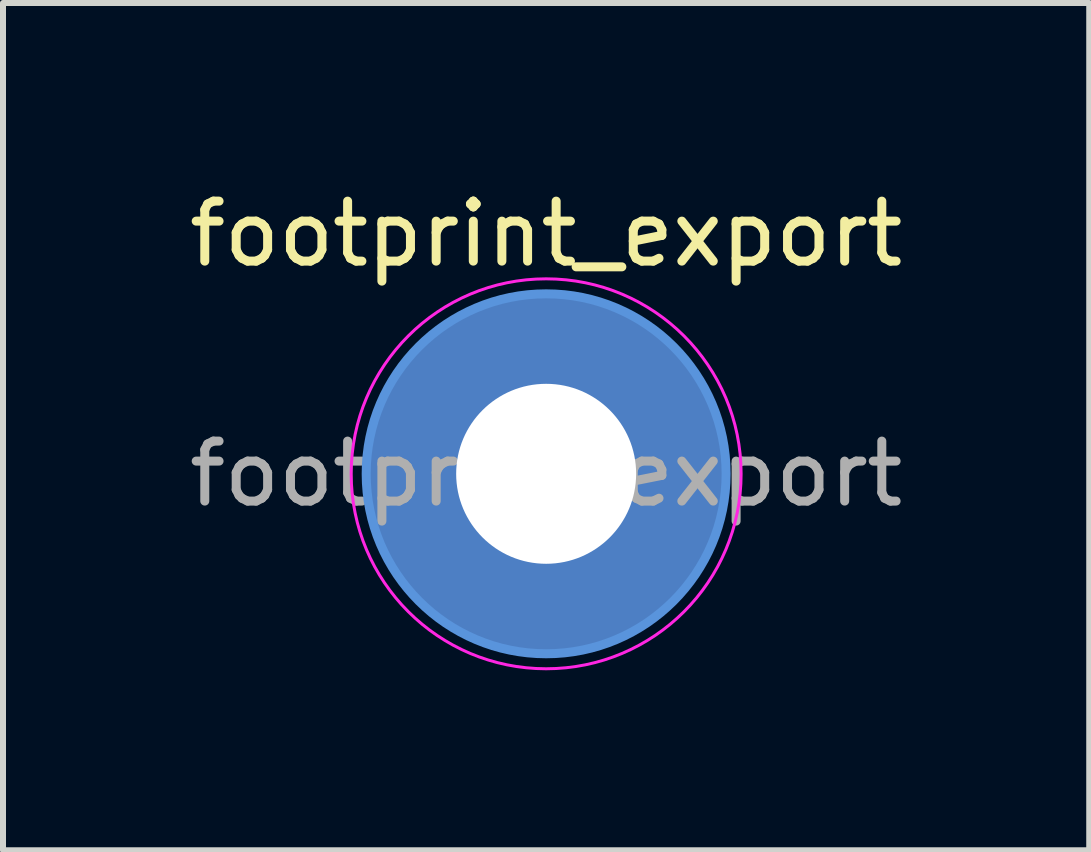
<source format=kicad_pcb>
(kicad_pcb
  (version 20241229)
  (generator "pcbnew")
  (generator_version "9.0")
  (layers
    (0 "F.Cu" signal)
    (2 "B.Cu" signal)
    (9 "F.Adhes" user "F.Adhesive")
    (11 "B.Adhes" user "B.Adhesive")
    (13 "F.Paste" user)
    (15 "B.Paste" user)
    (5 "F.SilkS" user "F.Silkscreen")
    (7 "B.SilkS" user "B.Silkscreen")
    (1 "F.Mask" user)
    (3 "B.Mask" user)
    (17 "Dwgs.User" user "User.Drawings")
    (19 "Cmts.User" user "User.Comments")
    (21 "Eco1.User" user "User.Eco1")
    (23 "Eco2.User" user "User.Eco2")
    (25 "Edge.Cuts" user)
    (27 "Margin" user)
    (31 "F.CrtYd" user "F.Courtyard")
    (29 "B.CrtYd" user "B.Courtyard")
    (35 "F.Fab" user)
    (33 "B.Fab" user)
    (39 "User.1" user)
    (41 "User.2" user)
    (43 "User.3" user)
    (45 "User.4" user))
  (footprint "footprint_export"
    (layer "F.Cu")
    (at 6.054 4.848)
    (property "Reference" "footprint_export" (at 0 -4 0) (layer "F.SilkS") (effects (font (size 1 1) (thickness 0.15))))
    (attr exclude_from_pos_files exclude_from_bom)
    (fp_circle (center 0 0) (end 3 0) (stroke (width 0.15) (type solid)) (fill no) (layer "Cmts.User"))
    (fp_circle (center 0 0) (end 3.25 0) (stroke (width 0.05) (type solid)) (fill no) (layer "F.CrtYd"))
    (fp_text user "${REFERENCE}" (at 0 0 0) (layer "F.Fab") (effects (font (size 1 1) (thickness 0.15))))
    (pad "1" thru_hole circle (at 0 0) (size 3.4 3.4) (drill 3) (layers "*.Cu" "*.Mask"))
    (pad "1" connect circle (at 0 0) (size 6 6) (layers "F.Cu" "F.Mask"))
    (pad "1" connect circle (at 0 0) (size 6 6) (layers "B.Cu" "B.Mask")))
  (gr_rect
    (start -3 -3)
    (end 15.107 11.123)
    (stroke (width 0.1) (type default))
    (fill no)
    (layer "Edge.Cuts")))
</source>
